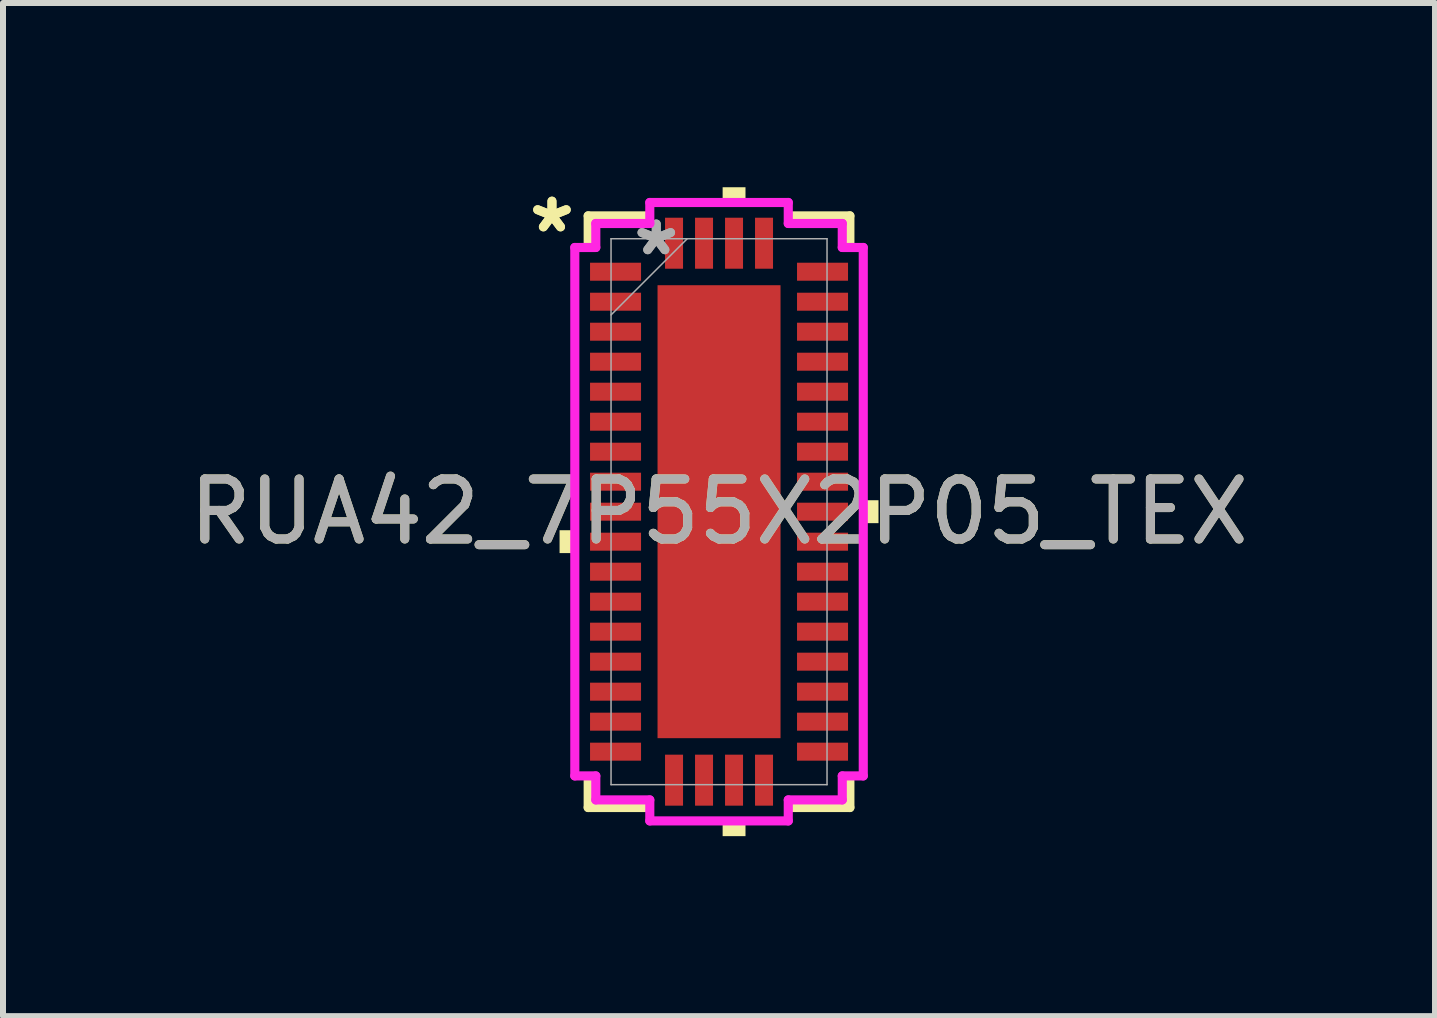
<source format=kicad_pcb>
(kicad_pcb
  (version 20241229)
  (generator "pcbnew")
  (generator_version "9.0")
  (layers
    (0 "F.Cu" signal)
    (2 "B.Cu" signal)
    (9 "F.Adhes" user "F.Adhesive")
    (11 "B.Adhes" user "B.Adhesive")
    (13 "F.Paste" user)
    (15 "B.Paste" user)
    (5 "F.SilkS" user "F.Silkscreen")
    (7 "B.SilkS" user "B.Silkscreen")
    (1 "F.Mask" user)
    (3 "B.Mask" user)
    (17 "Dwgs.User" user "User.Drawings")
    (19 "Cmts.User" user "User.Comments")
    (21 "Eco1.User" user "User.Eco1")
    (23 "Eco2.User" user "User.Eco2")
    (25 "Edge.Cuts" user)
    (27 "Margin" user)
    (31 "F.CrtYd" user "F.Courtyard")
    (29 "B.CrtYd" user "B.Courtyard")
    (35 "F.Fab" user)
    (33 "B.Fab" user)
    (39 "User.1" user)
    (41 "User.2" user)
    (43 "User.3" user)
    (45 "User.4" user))
  (footprint "RUA42_7P55X2P05_TEX"
    (layer "F.Cu")
    (at 8.935 5.479)
    (property "Reference" "RUA42_7P55X2P05_TEX" (at 0 0 0) (unlocked yes) (layer "F.SilkS") (effects (font (size 1 1) (thickness 0.15))))
    (attr smd)
    (fp_poly (pts (xy -1.089 -3.838) (xy -0.594 -3.838) (xy -0.594 3.838) (xy -1.089 3.838)) (stroke (width 0) (type solid)) (fill yes) (layer "F.Mask"))
    (fp_poly (pts (xy -1.089 -3.838) (xy 1.089 -3.838) (xy 1.089 -3.35) (xy -1.089 -3.35)) (stroke (width 0) (type solid)) (fill yes) (layer "F.Mask"))
    (fp_poly (pts (xy -1.089 -2.95) (xy 1.089 -2.95) (xy 1.089 -2.562) (xy -1.089 -2.562)) (stroke (width 0) (type solid)) (fill yes) (layer "F.Mask"))
    (fp_poly (pts (xy -1.089 -2.162) (xy 1.089 -2.162) (xy 1.089 -1.775) (xy -1.089 -1.775)) (stroke (width 0) (type solid)) (fill yes) (layer "F.Mask"))
    (fp_poly (pts (xy -1.089 -1.375) (xy 1.089 -1.375) (xy 1.089 -0.987) (xy -1.089 -0.987)) (stroke (width 0) (type solid)) (fill yes) (layer "F.Mask"))
    (fp_poly (pts (xy -1.089 -0.587) (xy 1.089 -0.587) (xy 1.089 -0.2) (xy -1.089 -0.2)) (stroke (width 0) (type solid)) (fill yes) (layer "F.Mask"))
    (fp_poly (pts (xy -1.089 0.2) (xy 1.089 0.2) (xy 1.089 0.587) (xy -1.089 0.587)) (stroke (width 0) (type solid)) (fill yes) (layer "F.Mask"))
    (fp_poly (pts (xy -1.089 0.987) (xy 1.089 0.987) (xy 1.089 1.375) (xy -1.089 1.375)) (stroke (width 0) (type solid)) (fill yes) (layer "F.Mask"))
    (fp_poly (pts (xy -1.089 1.775) (xy 1.089 1.775) (xy 1.089 2.162) (xy -1.089 2.162)) (stroke (width 0) (type solid)) (fill yes) (layer "F.Mask"))
    (fp_poly (pts (xy -1.089 2.562) (xy 1.089 2.562) (xy 1.089 2.95) (xy -1.089 2.95)) (stroke (width 0) (type solid)) (fill yes) (layer "F.Mask"))
    (fp_poly (pts (xy -1.089 3.35) (xy 1.089 3.35) (xy 1.089 3.838) (xy -1.089 3.838)) (stroke (width 0) (type solid)) (fill yes) (layer "F.Mask"))
    (fp_poly (pts (xy 0.194 -3.838) (xy -0.194 -3.838) (xy -0.194 3.838) (xy 0.194 3.838)) (stroke (width 0) (type solid)) (fill yes) (layer "F.Mask"))
    (fp_poly (pts (xy 0.594 -3.838) (xy 1.089 -3.838) (xy 1.089 3.838) (xy 0.594 3.838)) (stroke (width 0) (type solid)) (fill yes) (layer "F.Mask"))
    (fp_line (start -2.181 -4.931) (end -2.181 -4.481) (stroke (width 0.152) (type solid)) (layer "F.SilkS"))
    (fp_line (start -2.181 4.481) (end -2.181 4.931) (stroke (width 0.152) (type solid)) (layer "F.SilkS"))
    (fp_line (start -2.181 4.931) (end -1.231 4.931) (stroke (width 0.152) (type solid)) (layer "F.SilkS"))
    (fp_line (start -1.231 -4.931) (end -2.181 -4.931) (stroke (width 0.152) (type solid)) (layer "F.SilkS"))
    (fp_line (start 1.231 4.931) (end 2.181 4.931) (stroke (width 0.152) (type solid)) (layer "F.SilkS"))
    (fp_line (start 2.181 -4.931) (end 1.231 -4.931) (stroke (width 0.152) (type solid)) (layer "F.SilkS"))
    (fp_line (start 2.181 -4.481) (end 2.181 -4.931) (stroke (width 0.152) (type solid)) (layer "F.SilkS"))
    (fp_line (start 2.181 4.931) (end 2.181 4.481) (stroke (width 0.152) (type solid)) (layer "F.SilkS"))
    (fp_poly (pts (xy -2.658 0.309) (xy -2.658 0.69) (xy -2.404 0.69) (xy -2.404 0.309)) (stroke (width 0) (type solid)) (fill yes) (layer "F.SilkS"))
    (fp_poly (pts (xy 0.06 -5.154) (xy 0.06 -5.408) (xy 0.441 -5.408) (xy 0.441 -5.154)) (stroke (width 0) (type solid)) (fill yes) (layer "F.SilkS"))
    (fp_poly (pts (xy 0.06 5.154) (xy 0.06 5.408) (xy 0.441 5.408) (xy 0.441 5.154)) (stroke (width 0) (type solid)) (fill yes) (layer "F.SilkS"))
    (fp_poly (pts (xy 2.658 -0.191) (xy 2.658 0.191) (xy 2.404 0.191) (xy 2.404 -0.191)) (stroke (width 0) (type solid)) (fill yes) (layer "F.SilkS"))
    (fp_poly (pts (xy -0.95 -3.7) (xy -0.95 -3.25) (xy -0.635 -3.25) (xy -0.494 -3.391) (xy -0.494 -3.7)) (stroke (width 0) (type solid)) (fill yes) (layer "F.Paste"))
    (fp_poly (pts (xy -0.95 3.25) (xy -0.95 3.7) (xy -0.494 3.7) (xy -0.494 3.391) (xy -0.635 3.25)) (stroke (width 0) (type solid)) (fill yes) (layer "F.Paste"))
    (fp_poly (pts (xy 0.494 -3.7) (xy 0.494 -3.391) (xy 0.635 -3.25) (xy 0.95 -3.25) (xy 0.95 -3.7)) (stroke (width 0) (type solid)) (fill yes) (layer "F.Paste"))
    (fp_poly (pts (xy 0.635 3.25) (xy 0.494 3.391) (xy 0.494 3.7) (xy 0.95 3.7) (xy 0.95 3.25)) (stroke (width 0) (type solid)) (fill yes) (layer "F.Paste"))
    (fp_poly (pts (xy -0.95 -3.05) (xy -0.95 -2.462) (xy -0.635 -2.462) (xy -0.494 -2.604) (xy -0.494 -2.908) (xy -0.635 -3.05)) (stroke (width 0) (type solid)) (fill yes) (layer "F.Paste"))
    (fp_poly (pts (xy -0.95 -2.262) (xy -0.95 -1.675) (xy -0.635 -1.675) (xy -0.494 -1.816) (xy -0.494 -2.121) (xy -0.635 -2.262)) (stroke (width 0) (type solid)) (fill yes) (layer "F.Paste"))
    (fp_poly (pts (xy -0.95 -1.475) (xy -0.95 -0.887) (xy -0.635 -0.887) (xy -0.494 -1.029) (xy -0.494 -1.333) (xy -0.635 -1.475)) (stroke (width 0) (type solid)) (fill yes) (layer "F.Paste"))
    (fp_poly (pts (xy -0.95 -0.687) (xy -0.95 -0.1) (xy -0.635 -0.1) (xy -0.494 -0.241) (xy -0.494 -0.546) (xy -0.635 -0.687)) (stroke (width 0) (type solid)) (fill yes) (layer "F.Paste"))
    (fp_poly (pts (xy -0.95 0.1) (xy -0.95 0.687) (xy -0.635 0.687) (xy -0.494 0.546) (xy -0.494 0.241) (xy -0.635 0.1)) (stroke (width 0) (type solid)) (fill yes) (layer "F.Paste"))
    (fp_poly (pts (xy -0.95 0.887) (xy -0.95 1.475) (xy -0.635 1.475) (xy -0.494 1.333) (xy -0.494 1.029) (xy -0.635 0.887)) (stroke (width 0) (type solid)) (fill yes) (layer "F.Paste"))
    (fp_poly (pts (xy -0.95 1.675) (xy -0.95 2.262) (xy -0.635 2.262) (xy -0.494 2.121) (xy -0.494 1.816) (xy -0.635 1.675)) (stroke (width 0) (type solid)) (fill yes) (layer "F.Paste"))
    (fp_poly (pts (xy -0.95 2.462) (xy -0.95 3.05) (xy -0.635 3.05) (xy -0.494 2.908) (xy -0.494 2.604) (xy -0.635 2.462)) (stroke (width 0) (type solid)) (fill yes) (layer "F.Paste"))
    (fp_poly (pts (xy -0.294 -3.7) (xy -0.294 -3.391) (xy -0.152 -3.25) (xy 0.152 -3.25) (xy 0.294 -3.391) (xy 0.294 -3.7)) (stroke (width 0) (type solid)) (fill yes) (layer "F.Paste"))
    (fp_poly (pts (xy -0.152 3.25) (xy -0.294 3.391) (xy -0.294 3.7) (xy 0.294 3.7) (xy 0.294 3.391) (xy 0.152 3.25)) (stroke (width 0) (type solid)) (fill yes) (layer "F.Paste"))
    (fp_poly (pts (xy 0.635 -3.05) (xy 0.494 -2.908) (xy 0.494 -2.604) (xy 0.635 -2.462) (xy 0.95 -2.462) (xy 0.95 -3.05)) (stroke (width 0) (type solid)) (fill yes) (layer "F.Paste"))
    (fp_poly (pts (xy 0.635 -2.262) (xy 0.494 -2.121) (xy 0.494 -1.816) (xy 0.635 -1.675) (xy 0.95 -1.675) (xy 0.95 -2.262)) (stroke (width 0) (type solid)) (fill yes) (layer "F.Paste"))
    (fp_poly (pts (xy 0.635 -1.475) (xy 0.494 -1.333) (xy 0.494 -1.029) (xy 0.635 -0.887) (xy 0.95 -0.887) (xy 0.95 -1.475)) (stroke (width 0) (type solid)) (fill yes) (layer "F.Paste"))
    (fp_poly (pts (xy 0.635 -0.687) (xy 0.494 -0.546) (xy 0.494 -0.241) (xy 0.635 -0.1) (xy 0.95 -0.1) (xy 0.95 -0.687)) (stroke (width 0) (type solid)) (fill yes) (layer "F.Paste"))
    (fp_poly (pts (xy 0.635 0.1) (xy 0.494 0.241) (xy 0.494 0.546) (xy 0.635 0.687) (xy 0.95 0.687) (xy 0.95 0.1)) (stroke (width 0) (type solid)) (fill yes) (layer "F.Paste"))
    (fp_poly (pts (xy 0.635 0.887) (xy 0.494 1.029) (xy 0.494 1.333) (xy 0.635 1.475) (xy 0.95 1.475) (xy 0.95 0.887)) (stroke (width 0) (type solid)) (fill yes) (layer "F.Paste"))
    (fp_poly (pts (xy 0.635 1.675) (xy 0.494 1.816) (xy 0.494 2.121) (xy 0.635 2.262) (xy 0.95 2.262) (xy 0.95 1.675)) (stroke (width 0) (type solid)) (fill yes) (layer "F.Paste"))
    (fp_poly (pts (xy 0.635 2.462) (xy 0.494 2.604) (xy 0.494 2.908) (xy 0.635 3.05) (xy 0.95 3.05) (xy 0.95 2.462)) (stroke (width 0) (type solid)) (fill yes) (layer "F.Paste"))
    (fp_poly (pts (xy -0.152 -3.05) (xy -0.294 -2.908) (xy -0.294 -2.604) (xy -0.152 -2.462) (xy 0.152 -2.462) (xy 0.294 -2.604) (xy 0.294 -2.908) (xy 0.152 -3.05)) (stroke (width 0) (type solid)) (fill yes) (layer "F.Paste"))
    (fp_poly (pts (xy -0.152 -2.262) (xy -0.294 -2.121) (xy -0.294 -1.816) (xy -0.152 -1.675) (xy 0.152 -1.675) (xy 0.294 -1.816) (xy 0.294 -2.121) (xy 0.152 -2.262)) (stroke (width 0) (type solid)) (fill yes) (layer "F.Paste"))
    (fp_poly (pts (xy -0.152 -1.475) (xy -0.294 -1.333) (xy -0.294 -1.029) (xy -0.152 -0.887) (xy 0.152 -0.887) (xy 0.294 -1.029) (xy 0.294 -1.333) (xy 0.152 -1.475)) (stroke (width 0) (type solid)) (fill yes) (layer "F.Paste"))
    (fp_poly (pts (xy -0.152 -0.687) (xy -0.294 -0.546) (xy -0.294 -0.241) (xy -0.152 -0.1) (xy 0.152 -0.1) (xy 0.294 -0.241) (xy 0.294 -0.546) (xy 0.152 -0.687)) (stroke (width 0) (type solid)) (fill yes) (layer "F.Paste"))
    (fp_poly (pts (xy -0.152 0.1) (xy -0.294 0.241) (xy -0.294 0.546) (xy -0.152 0.687) (xy 0.152 0.687) (xy 0.294 0.546) (xy 0.294 0.241) (xy 0.152 0.1)) (stroke (width 0) (type solid)) (fill yes) (layer "F.Paste"))
    (fp_poly (pts (xy -0.152 0.887) (xy -0.294 1.029) (xy -0.294 1.333) (xy -0.152 1.475) (xy 0.152 1.475) (xy 0.294 1.333) (xy 0.294 1.029) (xy 0.152 0.887)) (stroke (width 0) (type solid)) (fill yes) (layer "F.Paste"))
    (fp_poly (pts (xy -0.152 1.675) (xy -0.294 1.816) (xy -0.294 2.121) (xy -0.152 2.262) (xy 0.152 2.262) (xy 0.294 2.121) (xy 0.294 1.816) (xy 0.152 1.675)) (stroke (width 0) (type solid)) (fill yes) (layer "F.Paste"))
    (fp_poly (pts (xy -0.152 2.462) (xy -0.294 2.604) (xy -0.294 2.908) (xy -0.152 3.05) (xy 0.152 3.05) (xy 0.294 2.908) (xy 0.294 2.604) (xy 0.152 2.462)) (stroke (width 0) (type solid)) (fill yes) (layer "F.Paste"))
    (fp_line (start -2.404 -4.404) (end -2.054 -4.404) (stroke (width 0.152) (type solid)) (layer "F.CrtYd"))
    (fp_line (start -2.404 4.404) (end -2.404 -4.404) (stroke (width 0.152) (type solid)) (layer "F.CrtYd"))
    (fp_line (start -2.054 -4.804) (end -1.154 -4.804) (stroke (width 0.152) (type solid)) (layer "F.CrtYd"))
    (fp_line (start -2.054 -4.404) (end -2.054 -4.804) (stroke (width 0.152) (type solid)) (layer "F.CrtYd"))
    (fp_line (start -2.054 4.404) (end -2.404 4.404) (stroke (width 0.152) (type solid)) (layer "F.CrtYd"))
    (fp_line (start -2.054 4.804) (end -2.054 4.404) (stroke (width 0.152) (type solid)) (layer "F.CrtYd"))
    (fp_line (start -1.154 -5.154) (end 1.154 -5.154) (stroke (width 0.152) (type solid)) (layer "F.CrtYd"))
    (fp_line (start -1.154 -4.804) (end -1.154 -5.154) (stroke (width 0.152) (type solid)) (layer "F.CrtYd"))
    (fp_line (start -1.154 4.804) (end -2.054 4.804) (stroke (width 0.152) (type solid)) (layer "F.CrtYd"))
    (fp_line (start -1.154 5.154) (end -1.154 4.804) (stroke (width 0.152) (type solid)) (layer "F.CrtYd"))
    (fp_line (start 1.154 -5.154) (end 1.154 -4.804) (stroke (width 0.152) (type solid)) (layer "F.CrtYd"))
    (fp_line (start 1.154 -4.804) (end 2.054 -4.804) (stroke (width 0.152) (type solid)) (layer "F.CrtYd"))
    (fp_line (start 1.154 4.804) (end 1.154 5.154) (stroke (width 0.152) (type solid)) (layer "F.CrtYd"))
    (fp_line (start 1.154 5.154) (end -1.154 5.154) (stroke (width 0.152) (type solid)) (layer "F.CrtYd"))
    (fp_line (start 2.054 -4.804) (end 2.054 -4.404) (stroke (width 0.152) (type solid)) (layer "F.CrtYd"))
    (fp_line (start 2.054 -4.404) (end 2.404 -4.404) (stroke (width 0.152) (type solid)) (layer "F.CrtYd"))
    (fp_line (start 2.054 4.404) (end 2.054 4.804) (stroke (width 0.152) (type solid)) (layer "F.CrtYd"))
    (fp_line (start 2.054 4.804) (end 1.154 4.804) (stroke (width 0.152) (type solid)) (layer "F.CrtYd"))
    (fp_line (start 2.404 -4.404) (end 2.404 4.404) (stroke (width 0.152) (type solid)) (layer "F.CrtYd"))
    (fp_line (start 2.404 4.404) (end 2.054 4.404) (stroke (width 0.152) (type solid)) (layer "F.CrtYd"))
    (fp_line (start -1.8 -4.55) (end -1.8 4.55) (stroke (width 0.025) (type solid)) (layer "F.Fab"))
    (fp_line (start -1.8 -3.28) (end -0.53 -4.55) (stroke (width 0.025) (type solid)) (layer "F.Fab"))
    (fp_line (start -1.8 4.55) (end 1.8 4.55) (stroke (width 0.025) (type solid)) (layer "F.Fab"))
    (fp_line (start 1.8 -4.55) (end -1.8 -4.55) (stroke (width 0.025) (type solid)) (layer "F.Fab"))
    (fp_line (start 1.8 4.55) (end 1.8 -4.55) (stroke (width 0.025) (type solid)) (layer "F.Fab"))
    (fp_text user "*" (at -2.785 -4.631 0) (unlocked yes) (layer "F.SilkS") (effects (font (size 1 1) (thickness 0.15))))
    (fp_text user "*" (at -2.785 -4.631 0) (layer "F.SilkS") (effects (font (size 1 1) (thickness 0.15))))
    (fp_text user "*" (at -1.046 -4.25 0) (unlocked yes) (layer "F.Fab") (effects (font (size 1 1) (thickness 0.15))))
    (fp_text user "${REFERENCE}" (at 0 0 0) (unlocked yes) (layer "F.Fab") (effects (font (size 1 1) (thickness 0.15))))
    (fp_text user "*" (at -1.046 -4.25 0) (layer "F.Fab") (effects (font (size 1 1) (thickness 0.15))))
    (pad "1" smd rect (at -1.725 -4 90) (size 0.3 0.85) (layers "F.Cu" "F.Mask" "F.Paste"))
    (pad "2" smd rect (at -1.725 -3.5 90) (size 0.3 0.85) (layers "F.Cu" "F.Mask" "F.Paste"))
    (pad "3" smd rect (at -1.725 -3 90) (size 0.3 0.85) (layers "F.Cu" "F.Mask" "F.Paste"))
    (pad "4" smd rect (at -1.725 -2.5 90) (size 0.3 0.85) (layers "F.Cu" "F.Mask" "F.Paste"))
    (pad "5" smd rect (at -1.725 -2 90) (size 0.3 0.85) (layers "F.Cu" "F.Mask" "F.Paste"))
    (pad "6" smd rect (at -1.725 -1.5 90) (size 0.3 0.85) (layers "F.Cu" "F.Mask" "F.Paste"))
    (pad "7" smd rect (at -1.725 -1 90) (size 0.3 0.85) (layers "F.Cu" "F.Mask" "F.Paste"))
    (pad "8" smd rect (at -1.725 -0.5 90) (size 0.3 0.85) (layers "F.Cu" "F.Mask" "F.Paste"))
    (pad "9" smd rect (at -1.725 0 90) (size 0.3 0.85) (layers "F.Cu" "F.Mask" "F.Paste"))
    (pad "10" smd rect (at -1.725 0.5 90) (size 0.3 0.85) (layers "F.Cu" "F.Mask" "F.Paste"))
    (pad "11" smd rect (at -1.725 1 90) (size 0.3 0.85) (layers "F.Cu" "F.Mask" "F.Paste"))
    (pad "12" smd rect (at -1.725 1.5 90) (size 0.3 0.85) (layers "F.Cu" "F.Mask" "F.Paste"))
    (pad "13" smd rect (at -1.725 2 90) (size 0.3 0.85) (layers "F.Cu" "F.Mask" "F.Paste"))
    (pad "14" smd rect (at -1.725 2.5 90) (size 0.3 0.85) (layers "F.Cu" "F.Mask" "F.Paste"))
    (pad "15" smd rect (at -1.725 3 90) (size 0.3 0.85) (layers "F.Cu" "F.Mask" "F.Paste"))
    (pad "16" smd rect (at -1.725 3.5 90) (size 0.3 0.85) (layers "F.Cu" "F.Mask" "F.Paste"))
    (pad "17" smd rect (at -1.725 4 90) (size 0.3 0.85) (layers "F.Cu" "F.Mask" "F.Paste"))
    (pad "18" smd rect (at -0.75 4.475) (size 0.3 0.85) (layers "F.Cu" "F.Mask" "F.Paste"))
    (pad "19" smd rect (at -0.25 4.475) (size 0.3 0.85) (layers "F.Cu" "F.Mask" "F.Paste"))
    (pad "20" smd rect (at 0.25 4.475) (size 0.3 0.85) (layers "F.Cu" "F.Mask" "F.Paste"))
    (pad "21" smd rect (at 0.75 4.475) (size 0.3 0.85) (layers "F.Cu" "F.Mask" "F.Paste"))
    (pad "22" smd rect (at 1.725 4 90) (size 0.3 0.85) (layers "F.Cu" "F.Mask" "F.Paste"))
    (pad "23" smd rect (at 1.725 3.5 90) (size 0.3 0.85) (layers "F.Cu" "F.Mask" "F.Paste"))
    (pad "24" smd rect (at 1.725 3 90) (size 0.3 0.85) (layers "F.Cu" "F.Mask" "F.Paste"))
    (pad "25" smd rect (at 1.725 2.5 90) (size 0.3 0.85) (layers "F.Cu" "F.Mask" "F.Paste"))
    (pad "26" smd rect (at 1.725 2 90) (size 0.3 0.85) (layers "F.Cu" "F.Mask" "F.Paste"))
    (pad "27" smd rect (at 1.725 1.5 90) (size 0.3 0.85) (layers "F.Cu" "F.Mask" "F.Paste"))
    (pad "28" smd rect (at 1.725 1 90) (size 0.3 0.85) (layers "F.Cu" "F.Mask" "F.Paste"))
    (pad "29" smd rect (at 1.725 0.5 90) (size 0.3 0.85) (layers "F.Cu" "F.Mask" "F.Paste"))
    (pad "30" smd rect (at 1.725 0 90) (size 0.3 0.85) (layers "F.Cu" "F.Mask" "F.Paste"))
    (pad "31" smd rect (at 1.725 -0.5 90) (size 0.3 0.85) (layers "F.Cu" "F.Mask" "F.Paste"))
    (pad "32" smd rect (at 1.725 -1 90) (size 0.3 0.85) (layers "F.Cu" "F.Mask" "F.Paste"))
    (pad "33" smd rect (at 1.725 -1.5 90) (size 0.3 0.85) (layers "F.Cu" "F.Mask" "F.Paste"))
    (pad "34" smd rect (at 1.725 -2 90) (size 0.3 0.85) (layers "F.Cu" "F.Mask" "F.Paste"))
    (pad "35" smd rect (at 1.725 -2.5 90) (size 0.3 0.85) (layers "F.Cu" "F.Mask" "F.Paste"))
    (pad "36" smd rect (at 1.725 -3 90) (size 0.3 0.85) (layers "F.Cu" "F.Mask" "F.Paste"))
    (pad "37" smd rect (at 1.725 -3.5 90) (size 0.3 0.85) (layers "F.Cu" "F.Mask" "F.Paste"))
    (pad "38" smd rect (at 1.725 -4 90) (size 0.3 0.85) (layers "F.Cu" "F.Mask" "F.Paste"))
    (pad "39" smd rect (at 0.75 -4.475) (size 0.3 0.85) (layers "F.Cu" "F.Mask" "F.Paste"))
    (pad "40" smd rect (at 0.25 -4.475) (size 0.3 0.85) (layers "F.Cu" "F.Mask" "F.Paste"))
    (pad "41" smd rect (at -0.25 -4.475) (size 0.3 0.85) (layers "F.Cu" "F.Mask" "F.Paste"))
    (pad "42" smd rect (at -0.75 -4.475) (size 0.3 0.85) (layers "F.Cu" "F.Mask" "F.Paste"))
    (pad "43" smd rect (at 0 0) (size 2.05 7.55) (layers "F.Cu")))
  (gr_rect
    (start -3 -3)
    (end 20.869 13.887)
    (stroke (width 0.1) (type default))
    (fill no)
    (layer "Edge.Cuts")))
</source>
